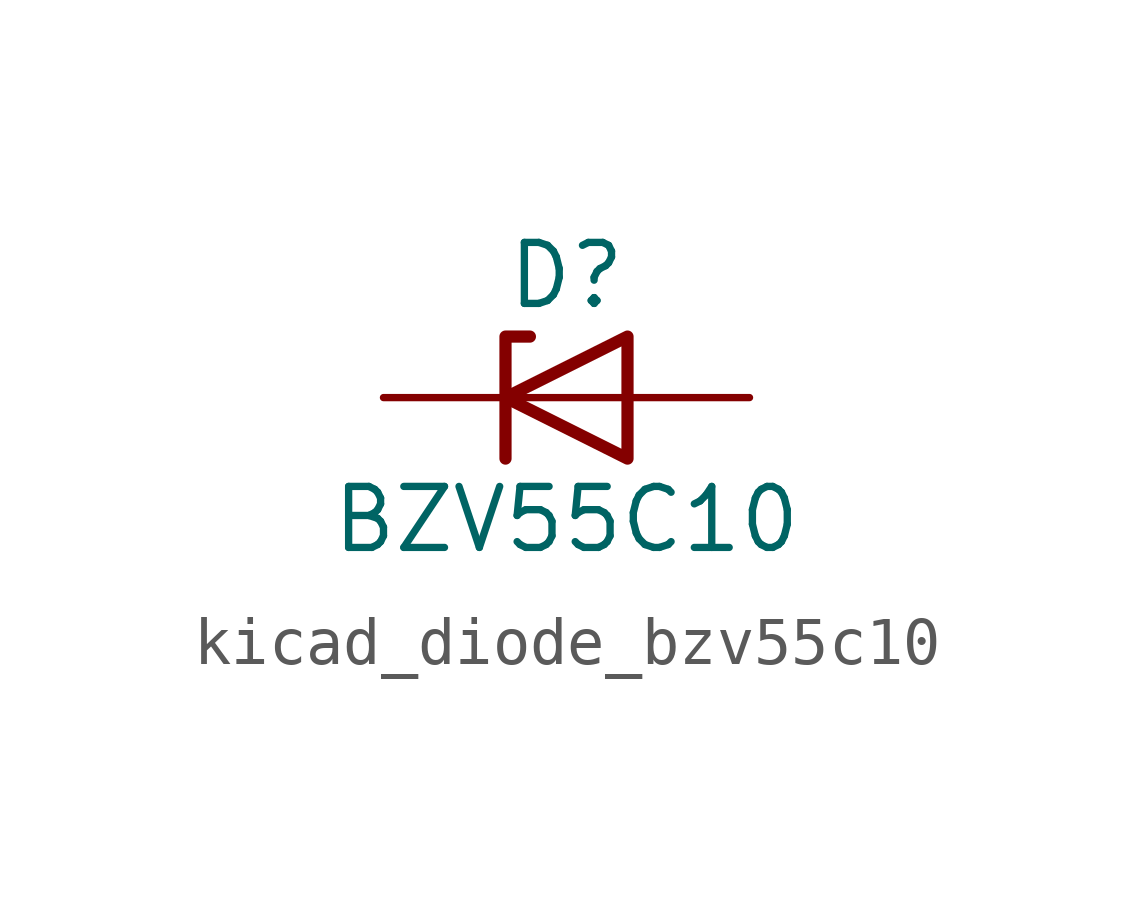
<source format=kicad_sym>
(kicad_symbol_lib
  (version 20220914)
  (generator kicad_symbol_editor)
  (symbol "kicad_diode_bzv55c10"
    (pin_numbers hide)
    (pin_names hide)
    (property "Reference" "D"
      (at 0 2.54 0)
      (effects (font (size 1.27 1.27))))
    (property "Value" "BZV55C10"
      (at 0 -2.54 0)
      (effects (font (size 1.27 1.27))))
    (symbol "kicad_diode_bzv55c10_0_1"
      (polyline (pts (xy 1.27 0) (xy -1.27 0)) (stroke (width 0) (type default)) (fill (type none)))
      (polyline (pts (xy -1.27 -1.27) (xy -1.27 1.27) (xy -0.762 1.27)) (stroke (width 0.254) (type default)) (fill (type none)))
      (polyline (pts (xy 1.27 -1.27) (xy 1.27 1.27) (xy -1.27 0) (xy 1.27 -1.27)) (stroke (width 0.254) (type default)) (fill (type none))))
    (symbol "kicad_diode_bzv55c10_1_1"
      (pin passive line (at -3.81 0 0) (length 2.54) (name "K" (effects (font (size 1.27 1.27)))) (number "1" (effects (font (size 1.27 1.27)))))
      (pin passive line (at 3.81 0 180) (length 2.54) (name "A" (effects (font (size 1.27 1.27)))) (number "2" (effects (font (size 1.27 1.27))))))))
</source>
